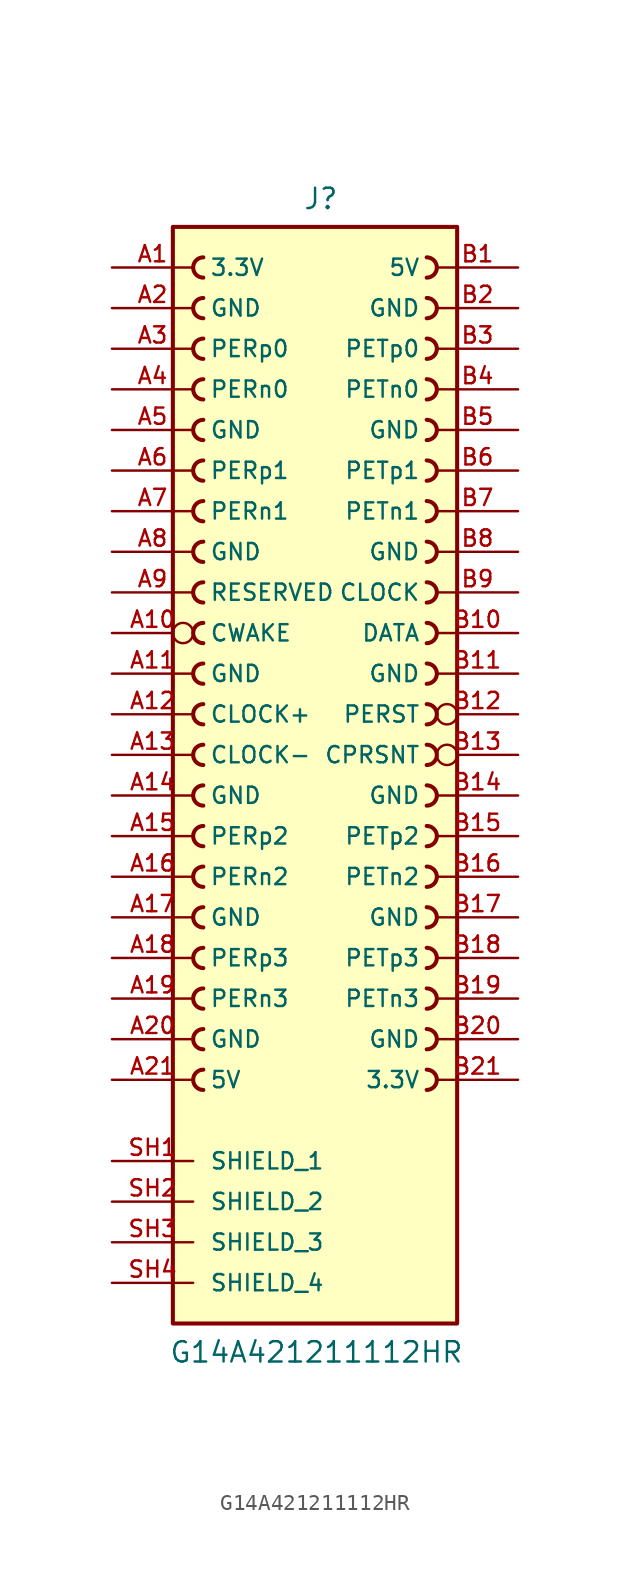
<source format=kicad_sym>
(kicad_symbol_lib
  (version 20231120)
  (generator "kicad_symbol_editor")
  (generator_version "8.0")
  (symbol "G14A421211112HR"
    (pin_names
      (offset 1.016))
    (property "Reference" "J"
      (at -0.762 31.496 0)
      (effects (font (size 1.27 1.27)) (justify left bottom)))
    (property "Value" "G14A421211112HR"
      (at -9.144 -40.64 0)
      (effects (font (size 1.27 1.27)) (justify left bottom)))
    (symbol "G14A421211112HR_0_0"
      (rectangle (start -8.89 -38.1) (end 8.89 30.48) (stroke (width 0.254) (type default)) (fill (type background)))
      (arc (start -6.985 -22.225) (mid -7.6172 -22.86) (end -6.985 -23.495) (stroke (width 0.254) (type default)) (fill (type none)))
      (arc (start -6.985 -19.685) (mid -7.6172 -20.32) (end -6.985 -20.955) (stroke (width 0.254) (type default)) (fill (type none)))
      (arc (start -6.985 -17.145) (mid -7.6172 -17.78) (end -6.985 -18.415) (stroke (width 0.254) (type default)) (fill (type none)))
      (arc (start -6.985 -14.605) (mid -7.6172 -15.24) (end -6.985 -15.875) (stroke (width 0.254) (type default)) (fill (type none)))
      (arc (start -6.985 -12.065) (mid -7.6172 -12.7) (end -6.985 -13.335) (stroke (width 0.254) (type default)) (fill (type none)))
      (arc (start -6.985 -9.525) (mid -7.6172 -10.16) (end -6.985 -10.795) (stroke (width 0.254) (type default)) (fill (type none)))
      (arc (start -6.985 -6.985) (mid -7.6172 -7.62) (end -6.985 -8.255) (stroke (width 0.254) (type default)) (fill (type none)))
      (arc (start -6.985 -4.445) (mid -7.6172 -5.08) (end -6.985 -5.715) (stroke (width 0.254) (type default)) (fill (type none)))
      (arc (start -6.985 -1.905) (mid -7.6172 -2.54) (end -6.985 -3.175) (stroke (width 0.254) (type default)) (fill (type none)))
      (arc (start -6.985 0.635) (mid -7.6172 0) (end -6.985 -0.635) (stroke (width 0.254) (type default)) (fill (type none)))
      (arc (start -6.985 3.175) (mid -7.6172 2.54) (end -6.985 1.905) (stroke (width 0.254) (type default)) (fill (type none)))
      (arc (start -6.985 5.715) (mid -7.6172 5.08) (end -6.985 4.445) (stroke (width 0.254) (type default)) (fill (type none)))
      (arc (start -6.985 8.255) (mid -7.6172 7.62) (end -6.985 6.985) (stroke (width 0.254) (type default)) (fill (type none)))
      (arc (start -6.985 10.795) (mid -7.6172 10.16) (end -6.985 9.525) (stroke (width 0.254) (type default)) (fill (type none)))
      (arc (start -6.985 13.335) (mid -7.6172 12.7) (end -6.985 12.065) (stroke (width 0.254) (type default)) (fill (type none)))
      (arc (start -6.985 15.875) (mid -7.6172 15.24) (end -6.985 14.605) (stroke (width 0.254) (type default)) (fill (type none)))
      (arc (start -6.985 18.415) (mid -7.6172 17.78) (end -6.985 17.145) (stroke (width 0.254) (type default)) (fill (type none)))
      (arc (start -6.985 20.955) (mid -7.6172 20.32) (end -6.985 19.685) (stroke (width 0.254) (type default)) (fill (type none)))
      (arc (start -6.985 23.495) (mid -7.6172 22.86) (end -6.985 22.225) (stroke (width 0.254) (type default)) (fill (type none)))
      (arc (start -6.985 26.035) (mid -7.6172 25.4) (end -6.985 24.765) (stroke (width 0.254) (type default)) (fill (type none)))
      (arc (start -6.985 28.575) (mid -7.6172 27.94) (end -6.985 27.305) (stroke (width 0.254) (type default)) (fill (type none)))
      (arc (start 6.985 -23.495) (mid 7.6172 -22.86) (end 6.985 -22.225) (stroke (width 0.254) (type default)) (fill (type none)))
      (arc (start 6.985 -20.955) (mid 7.6172 -20.32) (end 6.985 -19.685) (stroke (width 0.254) (type default)) (fill (type none)))
      (arc (start 6.985 -18.415) (mid 7.6172 -17.78) (end 6.985 -17.145) (stroke (width 0.254) (type default)) (fill (type none)))
      (arc (start 6.985 -15.875) (mid 7.6172 -15.24) (end 6.985 -14.605) (stroke (width 0.254) (type default)) (fill (type none)))
      (arc (start 6.985 -13.335) (mid 7.6172 -12.7) (end 6.985 -12.065) (stroke (width 0.254) (type default)) (fill (type none)))
      (arc (start 6.985 -10.795) (mid 7.6172 -10.16) (end 6.985 -9.525) (stroke (width 0.254) (type default)) (fill (type none)))
      (arc (start 6.985 -8.255) (mid 7.6172 -7.62) (end 6.985 -6.985) (stroke (width 0.254) (type default)) (fill (type none)))
      (arc (start 6.985 -5.715) (mid 7.6172 -5.08) (end 6.985 -4.445) (stroke (width 0.254) (type default)) (fill (type none)))
      (arc (start 6.985 -3.175) (mid 7.6172 -2.54) (end 6.985 -1.905) (stroke (width 0.254) (type default)) (fill (type none)))
      (arc (start 6.985 -0.635) (mid 7.6172 0) (end 6.985 0.635) (stroke (width 0.254) (type default)) (fill (type none)))
      (arc (start 6.985 1.905) (mid 7.6172 2.54) (end 6.985 3.175) (stroke (width 0.254) (type default)) (fill (type none)))
      (arc (start 6.985 4.445) (mid 7.6172 5.08) (end 6.985 5.715) (stroke (width 0.254) (type default)) (fill (type none)))
      (arc (start 6.985 6.985) (mid 7.6172 7.62) (end 6.985 8.255) (stroke (width 0.254) (type default)) (fill (type none)))
      (arc (start 6.985 9.525) (mid 7.6172 10.16) (end 6.985 10.795) (stroke (width 0.254) (type default)) (fill (type none)))
      (arc (start 6.985 12.065) (mid 7.6172 12.7) (end 6.985 13.335) (stroke (width 0.254) (type default)) (fill (type none)))
      (arc (start 6.985 14.605) (mid 7.6172 15.24) (end 6.985 15.875) (stroke (width 0.254) (type default)) (fill (type none)))
      (arc (start 6.985 17.145) (mid 7.6172 17.78) (end 6.985 18.415) (stroke (width 0.254) (type default)) (fill (type none)))
      (arc (start 6.985 19.685) (mid 7.6172 20.32) (end 6.985 20.955) (stroke (width 0.254) (type default)) (fill (type none)))
      (arc (start 6.985 22.225) (mid 7.6172 22.86) (end 6.985 23.495) (stroke (width 0.254) (type default)) (fill (type none)))
      (arc (start 6.985 24.765) (mid 7.6172 25.4) (end 6.985 26.035) (stroke (width 0.254) (type default)) (fill (type none)))
      (arc (start 6.985 27.305) (mid 7.6172 27.94) (end 6.985 28.575) (stroke (width 0.254) (type default)) (fill (type none))))
    (symbol "G14A421211112HR_1_0"
      (pin power_in line (at -12.7 27.94 0) (length 5.08) (name "3.3V" (effects (font (size 1.016 1.016)))) (number "A1" (effects (font (size 1.016 1.016)))))
      (pin passive inverted (at -12.7 5.08 0) (length 5.08) (name "CWAKE" (effects (font (size 1.016 1.016)))) (number "A10" (effects (font (size 1.016 1.016)))))
      (pin power_in line (at -12.7 2.54 0) (length 5.08) (name "GND" (effects (font (size 1.016 1.016)))) (number "A11" (effects (font (size 1.016 1.016)))))
      (pin passive line (at -12.7 0 0) (length 5.08) (name "CLOCK+" (effects (font (size 1.016 1.016)))) (number "A12" (effects (font (size 1.016 1.016)))))
      (pin passive line (at -12.7 -2.54 0) (length 5.08) (name "CLOCK-" (effects (font (size 1.016 1.016)))) (number "A13" (effects (font (size 1.016 1.016)))))
      (pin power_in line (at -12.7 -5.08 0) (length 5.08) (name "GND" (effects (font (size 1.016 1.016)))) (number "A14" (effects (font (size 1.016 1.016)))))
      (pin passive line (at -12.7 -7.62 0) (length 5.08) (name "PERp2" (effects (font (size 1.016 1.016)))) (number "A15" (effects (font (size 1.016 1.016)))))
      (pin passive line (at -12.7 -10.16 0) (length 5.08) (name "PERn2" (effects (font (size 1.016 1.016)))) (number "A16" (effects (font (size 1.016 1.016)))))
      (pin power_in line (at -12.7 -12.7 0) (length 5.08) (name "GND" (effects (font (size 1.016 1.016)))) (number "A17" (effects (font (size 1.016 1.016)))))
      (pin passive line (at -12.7 -15.24 0) (length 5.08) (name "PERp3" (effects (font (size 1.016 1.016)))) (number "A18" (effects (font (size 1.016 1.016)))))
      (pin passive line (at -12.7 -17.78 0) (length 5.08) (name "PERn3" (effects (font (size 1.016 1.016)))) (number "A19" (effects (font (size 1.016 1.016)))))
      (pin power_in line (at -12.7 25.4 0) (length 5.08) (name "GND" (effects (font (size 1.016 1.016)))) (number "A2" (effects (font (size 1.016 1.016)))))
      (pin power_in line (at -12.7 -20.32 0) (length 5.08) (name "GND" (effects (font (size 1.016 1.016)))) (number "A20" (effects (font (size 1.016 1.016)))))
      (pin power_in line (at -12.7 -22.86 0) (length 5.08) (name "5V" (effects (font (size 1.016 1.016)))) (number "A21" (effects (font (size 1.016 1.016)))))
      (pin passive line (at -12.7 22.86 0) (length 5.08) (name "PERp0" (effects (font (size 1.016 1.016)))) (number "A3" (effects (font (size 1.016 1.016)))))
      (pin passive line (at -12.7 20.32 0) (length 5.08) (name "PERn0" (effects (font (size 1.016 1.016)))) (number "A4" (effects (font (size 1.016 1.016)))))
      (pin power_in line (at -12.7 17.78 0) (length 5.08) (name "GND" (effects (font (size 1.016 1.016)))) (number "A5" (effects (font (size 1.016 1.016)))))
      (pin passive line (at -12.7 15.24 0) (length 5.08) (name "PERp1" (effects (font (size 1.016 1.016)))) (number "A6" (effects (font (size 1.016 1.016)))))
      (pin passive line (at -12.7 12.7 0) (length 5.08) (name "PERn1" (effects (font (size 1.016 1.016)))) (number "A7" (effects (font (size 1.016 1.016)))))
      (pin power_in line (at -12.7 10.16 0) (length 5.08) (name "GND" (effects (font (size 1.016 1.016)))) (number "A8" (effects (font (size 1.016 1.016)))))
      (pin passive line (at -12.7 7.62 0) (length 5.08) (name "RESERVED" (effects (font (size 1.016 1.016)))) (number "A9" (effects (font (size 1.016 1.016)))))
      (pin power_in line (at 12.7 27.94 180) (length 5.08) (name "5V" (effects (font (size 1.016 1.016)))) (number "B1" (effects (font (size 1.016 1.016)))))
      (pin passive line (at 12.7 5.08 180) (length 5.08) (name "DATA" (effects (font (size 1.016 1.016)))) (number "B10" (effects (font (size 1.016 1.016)))))
      (pin power_in line (at 12.7 2.54 180) (length 5.08) (name "GND" (effects (font (size 1.016 1.016)))) (number "B11" (effects (font (size 1.016 1.016)))))
      (pin passive inverted (at 12.7 0 180) (length 5.08) (name "PERST" (effects (font (size 1.016 1.016)))) (number "B12" (effects (font (size 1.016 1.016)))))
      (pin passive inverted (at 12.7 -2.54 180) (length 5.08) (name "CPRSNT" (effects (font (size 1.016 1.016)))) (number "B13" (effects (font (size 1.016 1.016)))))
      (pin power_in line (at 12.7 -5.08 180) (length 5.08) (name "GND" (effects (font (size 1.016 1.016)))) (number "B14" (effects (font (size 1.016 1.016)))))
      (pin passive line (at 12.7 -7.62 180) (length 5.08) (name "PETp2" (effects (font (size 1.016 1.016)))) (number "B15" (effects (font (size 1.016 1.016)))))
      (pin passive line (at 12.7 -10.16 180) (length 5.08) (name "PETn2" (effects (font (size 1.016 1.016)))) (number "B16" (effects (font (size 1.016 1.016)))))
      (pin power_in line (at 12.7 -12.7 180) (length 5.08) (name "GND" (effects (font (size 1.016 1.016)))) (number "B17" (effects (font (size 1.016 1.016)))))
      (pin passive line (at 12.7 -15.24 180) (length 5.08) (name "PETp3" (effects (font (size 1.016 1.016)))) (number "B18" (effects (font (size 1.016 1.016)))))
      (pin passive line (at 12.7 -17.78 180) (length 5.08) (name "PETn3" (effects (font (size 1.016 1.016)))) (number "B19" (effects (font (size 1.016 1.016)))))
      (pin power_in line (at 12.7 25.4 180) (length 5.08) (name "GND" (effects (font (size 1.016 1.016)))) (number "B2" (effects (font (size 1.016 1.016)))))
      (pin power_in line (at 12.7 -20.32 180) (length 5.08) (name "GND" (effects (font (size 1.016 1.016)))) (number "B20" (effects (font (size 1.016 1.016)))))
      (pin power_in line (at 12.7 -22.86 180) (length 5.08) (name "3.3V" (effects (font (size 1.016 1.016)))) (number "B21" (effects (font (size 1.016 1.016)))))
      (pin passive line (at 12.7 22.86 180) (length 5.08) (name "PETp0" (effects (font (size 1.016 1.016)))) (number "B3" (effects (font (size 1.016 1.016)))))
      (pin passive line (at 12.7 20.32 180) (length 5.08) (name "PETn0" (effects (font (size 1.016 1.016)))) (number "B4" (effects (font (size 1.016 1.016)))))
      (pin power_in line (at 12.7 17.78 180) (length 5.08) (name "GND" (effects (font (size 1.016 1.016)))) (number "B5" (effects (font (size 1.016 1.016)))))
      (pin passive line (at 12.7 15.24 180) (length 5.08) (name "PETp1" (effects (font (size 1.016 1.016)))) (number "B6" (effects (font (size 1.016 1.016)))))
      (pin passive line (at 12.7 12.7 180) (length 5.08) (name "PETn1" (effects (font (size 1.016 1.016)))) (number "B7" (effects (font (size 1.016 1.016)))))
      (pin power_in line (at 12.7 10.16 180) (length 5.08) (name "GND" (effects (font (size 1.016 1.016)))) (number "B8" (effects (font (size 1.016 1.016)))))
      (pin passive line (at 12.7 7.62 180) (length 5.08) (name "CLOCK" (effects (font (size 1.016 1.016)))) (number "B9" (effects (font (size 1.016 1.016)))))
      (pin passive line (at -12.7 -27.94 0) (length 5.08) (name "SHIELD_1" (effects (font (size 1.016 1.016)))) (number "SH1" (effects (font (size 1.016 1.016)))))
      (pin passive line (at -12.7 -30.48 0) (length 5.08) (name "SHIELD_2" (effects (font (size 1.016 1.016)))) (number "SH2" (effects (font (size 1.016 1.016)))))
      (pin passive line (at -12.7 -33.02 0) (length 5.08) (name "SHIELD_3" (effects (font (size 1.016 1.016)))) (number "SH3" (effects (font (size 1.016 1.016)))))
      (pin passive line (at -12.7 -35.56 0) (length 5.08) (name "SHIELD_4" (effects (font (size 1.016 1.016)))) (number "SH4" (effects (font (size 1.016 1.016))))))))
</source>
